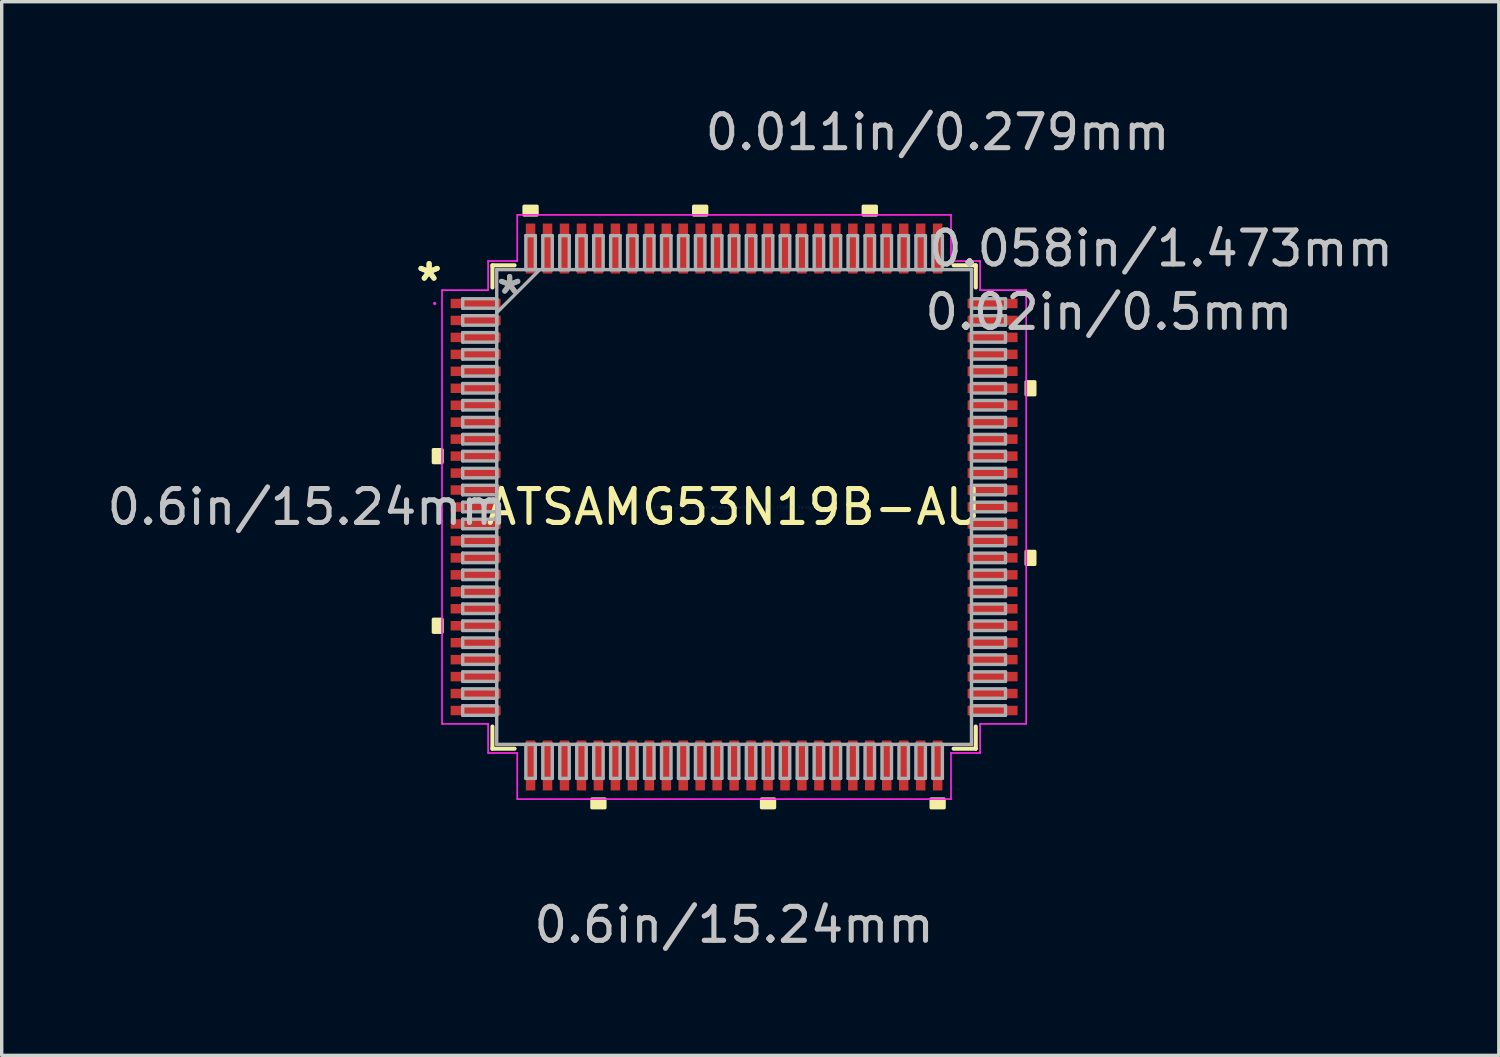
<source format=kicad_pcb>
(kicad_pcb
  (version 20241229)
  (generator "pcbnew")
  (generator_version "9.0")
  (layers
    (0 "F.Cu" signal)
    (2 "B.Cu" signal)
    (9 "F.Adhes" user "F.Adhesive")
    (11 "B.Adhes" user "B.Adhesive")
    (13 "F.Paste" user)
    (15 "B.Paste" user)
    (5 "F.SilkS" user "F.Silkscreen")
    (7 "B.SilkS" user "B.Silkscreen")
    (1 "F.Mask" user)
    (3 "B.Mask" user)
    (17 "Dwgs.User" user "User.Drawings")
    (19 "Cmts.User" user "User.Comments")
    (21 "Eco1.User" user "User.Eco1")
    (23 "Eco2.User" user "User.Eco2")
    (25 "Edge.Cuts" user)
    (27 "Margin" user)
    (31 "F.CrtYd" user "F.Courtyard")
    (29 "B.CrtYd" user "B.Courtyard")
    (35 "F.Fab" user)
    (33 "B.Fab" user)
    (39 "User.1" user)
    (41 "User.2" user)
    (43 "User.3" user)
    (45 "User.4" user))
  (footprint "ATSAMG53N19B-AU"
    (layer "F.Cu")
    (at 18.592 11.897)
    (property "Reference" "ATSAMG53N19B-AU" (at 0 0 0) (layer "F.SilkS") (effects (font (size 1 1) (thickness 0.15))))
    (attr through_hole)
    (fp_line (start -7.125 -7.125) (end -7.125 -6.472) (stroke (width 0.12) (type solid)) (layer "F.SilkS"))
    (fp_line (start -7.125 6.472) (end -7.125 7.125) (stroke (width 0.12) (type solid)) (layer "F.SilkS"))
    (fp_line (start -7.125 7.125) (end -6.472 7.125) (stroke (width 0.12) (type solid)) (layer "F.SilkS"))
    (fp_line (start -6.472 -7.125) (end -7.125 -7.125) (stroke (width 0.12) (type solid)) (layer "F.SilkS"))
    (fp_line (start 6.472 7.125) (end 7.125 7.125) (stroke (width 0.12) (type solid)) (layer "F.SilkS"))
    (fp_line (start 7.125 -7.125) (end 6.472 -7.125) (stroke (width 0.12) (type solid)) (layer "F.SilkS"))
    (fp_line (start 7.125 -6.472) (end 7.125 -7.125) (stroke (width 0.12) (type solid)) (layer "F.SilkS"))
    (fp_line (start 7.125 7.125) (end 7.125 6.472) (stroke (width 0.12) (type solid)) (layer "F.SilkS"))
    (fp_poly (pts (xy -8.865 -1.69) (xy -8.865 -1.31) (xy -8.611 -1.31) (xy -8.611 -1.69)) (stroke (width 0.1) (type solid)) (fill yes) (layer "F.SilkS"))
    (fp_poly (pts (xy -8.865 3.31) (xy -8.865 3.691) (xy -8.611 3.691) (xy -8.611 3.31)) (stroke (width 0.1) (type solid)) (fill yes) (layer "F.SilkS"))
    (fp_poly (pts (xy -6.191 -8.611) (xy -6.191 -8.865) (xy -5.81 -8.865) (xy -5.81 -8.611)) (stroke (width 0.1) (type solid)) (fill yes) (layer "F.SilkS"))
    (fp_poly (pts (xy -4.191 8.611) (xy -4.191 8.865) (xy -3.809 8.865) (xy -3.809 8.611)) (stroke (width 0.1) (type solid)) (fill yes) (layer "F.SilkS"))
    (fp_poly (pts (xy -1.191 -8.611) (xy -1.191 -8.865) (xy -0.81 -8.865) (xy -0.81 -8.611)) (stroke (width 0.1) (type solid)) (fill yes) (layer "F.SilkS"))
    (fp_poly (pts (xy 0.81 8.611) (xy 0.81 8.865) (xy 1.191 8.865) (xy 1.191 8.611)) (stroke (width 0.1) (type solid)) (fill yes) (layer "F.SilkS"))
    (fp_poly (pts (xy 3.809 -8.611) (xy 3.809 -8.865) (xy 4.191 -8.865) (xy 4.191 -8.611)) (stroke (width 0.1) (type solid)) (fill yes) (layer "F.SilkS"))
    (fp_poly (pts (xy 5.81 8.611) (xy 5.81 8.865) (xy 6.191 8.865) (xy 6.191 8.611)) (stroke (width 0.1) (type solid)) (fill yes) (layer "F.SilkS"))
    (fp_poly (pts (xy 8.865 -3.691) (xy 8.865 -3.31) (xy 8.611 -3.31) (xy 8.611 -3.691)) (stroke (width 0.1) (type solid)) (fill yes) (layer "F.SilkS"))
    (fp_poly (pts (xy 8.865 1.31) (xy 8.865 1.69) (xy 8.611 1.69) (xy 8.611 1.31)) (stroke (width 0.1) (type solid)) (fill yes) (layer "F.SilkS"))
    (fp_line (start -8.611 -6.394) (end -7.252 -6.394) (stroke (width 0.05) (type solid)) (layer "F.CrtYd"))
    (fp_line (start -8.611 6.394) (end -8.611 -6.394) (stroke (width 0.05) (type solid)) (layer "F.CrtYd"))
    (fp_line (start -7.252 -7.252) (end -6.394 -7.252) (stroke (width 0.05) (type solid)) (layer "F.CrtYd"))
    (fp_line (start -7.252 -6.394) (end -7.252 -7.252) (stroke (width 0.05) (type solid)) (layer "F.CrtYd"))
    (fp_line (start -7.252 6.394) (end -8.611 6.394) (stroke (width 0.05) (type solid)) (layer "F.CrtYd"))
    (fp_line (start -7.252 7.252) (end -7.252 6.394) (stroke (width 0.05) (type solid)) (layer "F.CrtYd"))
    (fp_line (start -6.394 -8.611) (end 6.394 -8.611) (stroke (width 0.05) (type solid)) (layer "F.CrtYd"))
    (fp_line (start -6.394 -7.252) (end -6.394 -8.611) (stroke (width 0.05) (type solid)) (layer "F.CrtYd"))
    (fp_line (start -6.394 7.252) (end -7.252 7.252) (stroke (width 0.05) (type solid)) (layer "F.CrtYd"))
    (fp_line (start -6.394 8.611) (end -6.394 7.252) (stroke (width 0.05) (type solid)) (layer "F.CrtYd"))
    (fp_line (start 6.394 -8.611) (end 6.394 -7.252) (stroke (width 0.05) (type solid)) (layer "F.CrtYd"))
    (fp_line (start 6.394 -7.252) (end 7.252 -7.252) (stroke (width 0.05) (type solid)) (layer "F.CrtYd"))
    (fp_line (start 6.394 7.252) (end 6.394 8.611) (stroke (width 0.05) (type solid)) (layer "F.CrtYd"))
    (fp_line (start 6.394 8.611) (end -6.394 8.611) (stroke (width 0.05) (type solid)) (layer "F.CrtYd"))
    (fp_line (start 7.252 -7.252) (end 7.252 -6.394) (stroke (width 0.05) (type solid)) (layer "F.CrtYd"))
    (fp_line (start 7.252 -6.394) (end 8.611 -6.394) (stroke (width 0.05) (type solid)) (layer "F.CrtYd"))
    (fp_line (start 7.252 6.394) (end 7.252 7.252) (stroke (width 0.05) (type solid)) (layer "F.CrtYd"))
    (fp_line (start 7.252 7.252) (end 6.394 7.252) (stroke (width 0.05) (type solid)) (layer "F.CrtYd"))
    (fp_line (start 8.611 -6.394) (end 8.611 6.394) (stroke (width 0.05) (type solid)) (layer "F.CrtYd"))
    (fp_line (start 8.611 6.394) (end 7.252 6.394) (stroke (width 0.05) (type solid)) (layer "F.CrtYd"))
    (fp_circle (center -8.826 -6) (end -8.826 -6) (stroke (width 0.05) (type solid)) (fill no) (layer "F.CrtYd"))
    (fp_line (start -8.001 -6.14) (end -8.001 -5.86) (stroke (width 0.1) (type solid)) (layer "F.Fab"))
    (fp_line (start -8.001 -5.86) (end -6.998 -5.86) (stroke (width 0.1) (type solid)) (layer "F.Fab"))
    (fp_line (start -8.001 -5.64) (end -8.001 -5.36) (stroke (width 0.1) (type solid)) (layer "F.Fab"))
    (fp_line (start -8.001 -5.36) (end -6.998 -5.36) (stroke (width 0.1) (type solid)) (layer "F.Fab"))
    (fp_line (start -8.001 -5.14) (end -8.001 -4.86) (stroke (width 0.1) (type solid)) (layer "F.Fab"))
    (fp_line (start -8.001 -4.86) (end -6.998 -4.86) (stroke (width 0.1) (type solid)) (layer "F.Fab"))
    (fp_line (start -8.001 -4.64) (end -8.001 -4.36) (stroke (width 0.1) (type solid)) (layer "F.Fab"))
    (fp_line (start -8.001 -4.36) (end -6.998 -4.36) (stroke (width 0.1) (type solid)) (layer "F.Fab"))
    (fp_line (start -8.001 -4.14) (end -8.001 -3.86) (stroke (width 0.1) (type solid)) (layer "F.Fab"))
    (fp_line (start -8.001 -3.86) (end -6.998 -3.86) (stroke (width 0.1) (type solid)) (layer "F.Fab"))
    (fp_line (start -8.001 -3.64) (end -8.001 -3.36) (stroke (width 0.1) (type solid)) (layer "F.Fab"))
    (fp_line (start -8.001 -3.36) (end -6.998 -3.36) (stroke (width 0.1) (type solid)) (layer "F.Fab"))
    (fp_line (start -8.001 -3.14) (end -8.001 -2.86) (stroke (width 0.1) (type solid)) (layer "F.Fab"))
    (fp_line (start -8.001 -2.86) (end -6.998 -2.86) (stroke (width 0.1) (type solid)) (layer "F.Fab"))
    (fp_line (start -8.001 -2.64) (end -8.001 -2.36) (stroke (width 0.1) (type solid)) (layer "F.Fab"))
    (fp_line (start -8.001 -2.36) (end -6.998 -2.36) (stroke (width 0.1) (type solid)) (layer "F.Fab"))
    (fp_line (start -8.001 -2.14) (end -8.001 -1.86) (stroke (width 0.1) (type solid)) (layer "F.Fab"))
    (fp_line (start -8.001 -1.86) (end -6.998 -1.86) (stroke (width 0.1) (type solid)) (layer "F.Fab"))
    (fp_line (start -8.001 -1.64) (end -8.001 -1.36) (stroke (width 0.1) (type solid)) (layer "F.Fab"))
    (fp_line (start -8.001 -1.36) (end -6.998 -1.36) (stroke (width 0.1) (type solid)) (layer "F.Fab"))
    (fp_line (start -8.001 -1.14) (end -8.001 -0.86) (stroke (width 0.1) (type solid)) (layer "F.Fab"))
    (fp_line (start -8.001 -0.86) (end -6.998 -0.86) (stroke (width 0.1) (type solid)) (layer "F.Fab"))
    (fp_line (start -8.001 -0.64) (end -8.001 -0.36) (stroke (width 0.1) (type solid)) (layer "F.Fab"))
    (fp_line (start -8.001 -0.36) (end -6.998 -0.36) (stroke (width 0.1) (type solid)) (layer "F.Fab"))
    (fp_line (start -8.001 -0.14) (end -8.001 0.14) (stroke (width 0.1) (type solid)) (layer "F.Fab"))
    (fp_line (start -8.001 0.14) (end -6.998 0.14) (stroke (width 0.1) (type solid)) (layer "F.Fab"))
    (fp_line (start -8.001 0.36) (end -8.001 0.64) (stroke (width 0.1) (type solid)) (layer "F.Fab"))
    (fp_line (start -8.001 0.64) (end -6.998 0.64) (stroke (width 0.1) (type solid)) (layer "F.Fab"))
    (fp_line (start -8.001 0.86) (end -8.001 1.14) (stroke (width 0.1) (type solid)) (layer "F.Fab"))
    (fp_line (start -8.001 1.14) (end -6.998 1.14) (stroke (width 0.1) (type solid)) (layer "F.Fab"))
    (fp_line (start -8.001 1.36) (end -8.001 1.64) (stroke (width 0.1) (type solid)) (layer "F.Fab"))
    (fp_line (start -8.001 1.64) (end -6.998 1.64) (stroke (width 0.1) (type solid)) (layer "F.Fab"))
    (fp_line (start -8.001 1.86) (end -8.001 2.14) (stroke (width 0.1) (type solid)) (layer "F.Fab"))
    (fp_line (start -8.001 2.14) (end -6.998 2.14) (stroke (width 0.1) (type solid)) (layer "F.Fab"))
    (fp_line (start -8.001 2.36) (end -8.001 2.64) (stroke (width 0.1) (type solid)) (layer "F.Fab"))
    (fp_line (start -8.001 2.64) (end -6.998 2.64) (stroke (width 0.1) (type solid)) (layer "F.Fab"))
    (fp_line (start -8.001 2.86) (end -8.001 3.14) (stroke (width 0.1) (type solid)) (layer "F.Fab"))
    (fp_line (start -8.001 3.14) (end -6.998 3.14) (stroke (width 0.1) (type solid)) (layer "F.Fab"))
    (fp_line (start -8.001 3.36) (end -8.001 3.64) (stroke (width 0.1) (type solid)) (layer "F.Fab"))
    (fp_line (start -8.001 3.64) (end -6.998 3.64) (stroke (width 0.1) (type solid)) (layer "F.Fab"))
    (fp_line (start -8.001 3.86) (end -8.001 4.14) (stroke (width 0.1) (type solid)) (layer "F.Fab"))
    (fp_line (start -8.001 4.14) (end -6.998 4.14) (stroke (width 0.1) (type solid)) (layer "F.Fab"))
    (fp_line (start -8.001 4.36) (end -8.001 4.64) (stroke (width 0.1) (type solid)) (layer "F.Fab"))
    (fp_line (start -8.001 4.64) (end -6.998 4.64) (stroke (width 0.1) (type solid)) (layer "F.Fab"))
    (fp_line (start -8.001 4.86) (end -8.001 5.14) (stroke (width 0.1) (type solid)) (layer "F.Fab"))
    (fp_line (start -8.001 5.14) (end -6.998 5.14) (stroke (width 0.1) (type solid)) (layer "F.Fab"))
    (fp_line (start -8.001 5.36) (end -8.001 5.64) (stroke (width 0.1) (type solid)) (layer "F.Fab"))
    (fp_line (start -8.001 5.64) (end -6.998 5.64) (stroke (width 0.1) (type solid)) (layer "F.Fab"))
    (fp_line (start -8.001 5.86) (end -8.001 6.14) (stroke (width 0.1) (type solid)) (layer "F.Fab"))
    (fp_line (start -8.001 6.14) (end -6.998 6.14) (stroke (width 0.1) (type solid)) (layer "F.Fab"))
    (fp_line (start -6.998 -6.998) (end -6.998 -6.998) (stroke (width 0.1) (type solid)) (layer "F.Fab"))
    (fp_line (start -6.998 -6.998) (end -6.998 6.998) (stroke (width 0.1) (type solid)) (layer "F.Fab"))
    (fp_line (start -6.998 -6.14) (end -8.001 -6.14) (stroke (width 0.1) (type solid)) (layer "F.Fab"))
    (fp_line (start -6.998 -5.86) (end -6.998 -6.14) (stroke (width 0.1) (type solid)) (layer "F.Fab"))
    (fp_line (start -6.998 -5.728) (end -5.728 -6.998) (stroke (width 0.1) (type solid)) (layer "F.Fab"))
    (fp_line (start -6.998 -5.64) (end -8.001 -5.64) (stroke (width 0.1) (type solid)) (layer "F.Fab"))
    (fp_line (start -6.998 -5.36) (end -6.998 -5.64) (stroke (width 0.1) (type solid)) (layer "F.Fab"))
    (fp_line (start -6.998 -5.14) (end -8.001 -5.14) (stroke (width 0.1) (type solid)) (layer "F.Fab"))
    (fp_line (start -6.998 -4.86) (end -6.998 -5.14) (stroke (width 0.1) (type solid)) (layer "F.Fab"))
    (fp_line (start -6.998 -4.64) (end -8.001 -4.64) (stroke (width 0.1) (type solid)) (layer "F.Fab"))
    (fp_line (start -6.998 -4.36) (end -6.998 -4.64) (stroke (width 0.1) (type solid)) (layer "F.Fab"))
    (fp_line (start -6.998 -4.14) (end -8.001 -4.14) (stroke (width 0.1) (type solid)) (layer "F.Fab"))
    (fp_line (start -6.998 -3.86) (end -6.998 -4.14) (stroke (width 0.1) (type solid)) (layer "F.Fab"))
    (fp_line (start -6.998 -3.64) (end -8.001 -3.64) (stroke (width 0.1) (type solid)) (layer "F.Fab"))
    (fp_line (start -6.998 -3.36) (end -6.998 -3.64) (stroke (width 0.1) (type solid)) (layer "F.Fab"))
    (fp_line (start -6.998 -3.14) (end -8.001 -3.14) (stroke (width 0.1) (type solid)) (layer "F.Fab"))
    (fp_line (start -6.998 -2.86) (end -6.998 -3.14) (stroke (width 0.1) (type solid)) (layer "F.Fab"))
    (fp_line (start -6.998 -2.64) (end -8.001 -2.64) (stroke (width 0.1) (type solid)) (layer "F.Fab"))
    (fp_line (start -6.998 -2.36) (end -6.998 -2.64) (stroke (width 0.1) (type solid)) (layer "F.Fab"))
    (fp_line (start -6.998 -2.14) (end -8.001 -2.14) (stroke (width 0.1) (type solid)) (layer "F.Fab"))
    (fp_line (start -6.998 -1.86) (end -6.998 -2.14) (stroke (width 0.1) (type solid)) (layer "F.Fab"))
    (fp_line (start -6.998 -1.64) (end -8.001 -1.64) (stroke (width 0.1) (type solid)) (layer "F.Fab"))
    (fp_line (start -6.998 -1.36) (end -6.998 -1.64) (stroke (width 0.1) (type solid)) (layer "F.Fab"))
    (fp_line (start -6.998 -1.14) (end -8.001 -1.14) (stroke (width 0.1) (type solid)) (layer "F.Fab"))
    (fp_line (start -6.998 -0.86) (end -6.998 -1.14) (stroke (width 0.1) (type solid)) (layer "F.Fab"))
    (fp_line (start -6.998 -0.64) (end -8.001 -0.64) (stroke (width 0.1) (type solid)) (layer "F.Fab"))
    (fp_line (start -6.998 -0.36) (end -6.998 -0.64) (stroke (width 0.1) (type solid)) (layer "F.Fab"))
    (fp_line (start -6.998 -0.14) (end -8.001 -0.14) (stroke (width 0.1) (type solid)) (layer "F.Fab"))
    (fp_line (start -6.998 0.14) (end -6.998 -0.14) (stroke (width 0.1) (type solid)) (layer "F.Fab"))
    (fp_line (start -6.998 0.36) (end -8.001 0.36) (stroke (width 0.1) (type solid)) (layer "F.Fab"))
    (fp_line (start -6.998 0.64) (end -6.998 0.36) (stroke (width 0.1) (type solid)) (layer "F.Fab"))
    (fp_line (start -6.998 0.86) (end -8.001 0.86) (stroke (width 0.1) (type solid)) (layer "F.Fab"))
    (fp_line (start -6.998 1.14) (end -6.998 0.86) (stroke (width 0.1) (type solid)) (layer "F.Fab"))
    (fp_line (start -6.998 1.36) (end -8.001 1.36) (stroke (width 0.1) (type solid)) (layer "F.Fab"))
    (fp_line (start -6.998 1.64) (end -6.998 1.36) (stroke (width 0.1) (type solid)) (layer "F.Fab"))
    (fp_line (start -6.998 1.86) (end -8.001 1.86) (stroke (width 0.1) (type solid)) (layer "F.Fab"))
    (fp_line (start -6.998 2.14) (end -6.998 1.86) (stroke (width 0.1) (type solid)) (layer "F.Fab"))
    (fp_line (start -6.998 2.36) (end -8.001 2.36) (stroke (width 0.1) (type solid)) (layer "F.Fab"))
    (fp_line (start -6.998 2.64) (end -6.998 2.36) (stroke (width 0.1) (type solid)) (layer "F.Fab"))
    (fp_line (start -6.998 2.86) (end -8.001 2.86) (stroke (width 0.1) (type solid)) (layer "F.Fab"))
    (fp_line (start -6.998 3.14) (end -6.998 2.86) (stroke (width 0.1) (type solid)) (layer "F.Fab"))
    (fp_line (start -6.998 3.36) (end -8.001 3.36) (stroke (width 0.1) (type solid)) (layer "F.Fab"))
    (fp_line (start -6.998 3.64) (end -6.998 3.36) (stroke (width 0.1) (type solid)) (layer "F.Fab"))
    (fp_line (start -6.998 3.86) (end -8.001 3.86) (stroke (width 0.1) (type solid)) (layer "F.Fab"))
    (fp_line (start -6.998 4.14) (end -6.998 3.86) (stroke (width 0.1) (type solid)) (layer "F.Fab"))
    (fp_line (start -6.998 4.36) (end -8.001 4.36) (stroke (width 0.1) (type solid)) (layer "F.Fab"))
    (fp_line (start -6.998 4.64) (end -6.998 4.36) (stroke (width 0.1) (type solid)) (layer "F.Fab"))
    (fp_line (start -6.998 4.86) (end -8.001 4.86) (stroke (width 0.1) (type solid)) (layer "F.Fab"))
    (fp_line (start -6.998 5.14) (end -6.998 4.86) (stroke (width 0.1) (type solid)) (layer "F.Fab"))
    (fp_line (start -6.998 5.36) (end -8.001 5.36) (stroke (width 0.1) (type solid)) (layer "F.Fab"))
    (fp_line (start -6.998 5.64) (end -6.998 5.36) (stroke (width 0.1) (type solid)) (layer "F.Fab"))
    (fp_line (start -6.998 5.86) (end -8.001 5.86) (stroke (width 0.1) (type solid)) (layer "F.Fab"))
    (fp_line (start -6.998 6.14) (end -6.998 5.86) (stroke (width 0.1) (type solid)) (layer "F.Fab"))
    (fp_line (start -6.998 6.998) (end -6.998 6.998) (stroke (width 0.1) (type solid)) (layer "F.Fab"))
    (fp_line (start -6.998 6.998) (end 6.998 6.998) (stroke (width 0.1) (type solid)) (layer "F.Fab"))
    (fp_line (start -6.14 -8.001) (end -6.14 -6.998) (stroke (width 0.1) (type solid)) (layer "F.Fab"))
    (fp_line (start -6.14 -6.998) (end -5.86 -6.998) (stroke (width 0.1) (type solid)) (layer "F.Fab"))
    (fp_line (start -6.14 6.998) (end -6.14 8.001) (stroke (width 0.1) (type solid)) (layer "F.Fab"))
    (fp_line (start -6.14 8.001) (end -5.86 8.001) (stroke (width 0.1) (type solid)) (layer "F.Fab"))
    (fp_line (start -5.86 -8.001) (end -6.14 -8.001) (stroke (width 0.1) (type solid)) (layer "F.Fab"))
    (fp_line (start -5.86 -6.998) (end -5.86 -8.001) (stroke (width 0.1) (type solid)) (layer "F.Fab"))
    (fp_line (start -5.86 6.998) (end -6.14 6.998) (stroke (width 0.1) (type solid)) (layer "F.Fab"))
    (fp_line (start -5.86 8.001) (end -5.86 6.998) (stroke (width 0.1) (type solid)) (layer "F.Fab"))
    (fp_line (start -5.64 -8.001) (end -5.64 -6.998) (stroke (width 0.1) (type solid)) (layer "F.Fab"))
    (fp_line (start -5.64 -6.998) (end -5.36 -6.998) (stroke (width 0.1) (type solid)) (layer "F.Fab"))
    (fp_line (start -5.64 6.998) (end -5.64 8.001) (stroke (width 0.1) (type solid)) (layer "F.Fab"))
    (fp_line (start -5.64 8.001) (end -5.36 8.001) (stroke (width 0.1) (type solid)) (layer "F.Fab"))
    (fp_line (start -5.36 -8.001) (end -5.64 -8.001) (stroke (width 0.1) (type solid)) (layer "F.Fab"))
    (fp_line (start -5.36 -6.998) (end -5.36 -8.001) (stroke (width 0.1) (type solid)) (layer "F.Fab"))
    (fp_line (start -5.36 6.998) (end -5.64 6.998) (stroke (width 0.1) (type solid)) (layer "F.Fab"))
    (fp_line (start -5.36 8.001) (end -5.36 6.998) (stroke (width 0.1) (type solid)) (layer "F.Fab"))
    (fp_line (start -5.14 -8.001) (end -5.14 -6.998) (stroke (width 0.1) (type solid)) (layer "F.Fab"))
    (fp_line (start -5.14 -6.998) (end -4.86 -6.998) (stroke (width 0.1) (type solid)) (layer "F.Fab"))
    (fp_line (start -5.14 6.998) (end -5.14 8.001) (stroke (width 0.1) (type solid)) (layer "F.Fab"))
    (fp_line (start -5.14 8.001) (end -4.86 8.001) (stroke (width 0.1) (type solid)) (layer "F.Fab"))
    (fp_line (start -4.86 -8.001) (end -5.14 -8.001) (stroke (width 0.1) (type solid)) (layer "F.Fab"))
    (fp_line (start -4.86 -6.998) (end -4.86 -8.001) (stroke (width 0.1) (type solid)) (layer "F.Fab"))
    (fp_line (start -4.86 6.998) (end -5.14 6.998) (stroke (width 0.1) (type solid)) (layer "F.Fab"))
    (fp_line (start -4.86 8.001) (end -4.86 6.998) (stroke (width 0.1) (type solid)) (layer "F.Fab"))
    (fp_line (start -4.64 -8.001) (end -4.64 -6.998) (stroke (width 0.1) (type solid)) (layer "F.Fab"))
    (fp_line (start -4.64 -6.998) (end -4.36 -6.998) (stroke (width 0.1) (type solid)) (layer "F.Fab"))
    (fp_line (start -4.64 6.998) (end -4.64 8.001) (stroke (width 0.1) (type solid)) (layer "F.Fab"))
    (fp_line (start -4.64 8.001) (end -4.36 8.001) (stroke (width 0.1) (type solid)) (layer "F.Fab"))
    (fp_line (start -4.36 -8.001) (end -4.64 -8.001) (stroke (width 0.1) (type solid)) (layer "F.Fab"))
    (fp_line (start -4.36 -6.998) (end -4.36 -8.001) (stroke (width 0.1) (type solid)) (layer "F.Fab"))
    (fp_line (start -4.36 6.998) (end -4.64 6.998) (stroke (width 0.1) (type solid)) (layer "F.Fab"))
    (fp_line (start -4.36 8.001) (end -4.36 6.998) (stroke (width 0.1) (type solid)) (layer "F.Fab"))
    (fp_line (start -4.14 -8.001) (end -4.14 -6.998) (stroke (width 0.1) (type solid)) (layer "F.Fab"))
    (fp_line (start -4.14 -6.998) (end -3.86 -6.998) (stroke (width 0.1) (type solid)) (layer "F.Fab"))
    (fp_line (start -4.14 6.998) (end -4.14 8.001) (stroke (width 0.1) (type solid)) (layer "F.Fab"))
    (fp_line (start -4.14 8.001) (end -3.86 8.001) (stroke (width 0.1) (type solid)) (layer "F.Fab"))
    (fp_line (start -3.86 -8.001) (end -4.14 -8.001) (stroke (width 0.1) (type solid)) (layer "F.Fab"))
    (fp_line (start -3.86 -6.998) (end -3.86 -8.001) (stroke (width 0.1) (type solid)) (layer "F.Fab"))
    (fp_line (start -3.86 6.998) (end -4.14 6.998) (stroke (width 0.1) (type solid)) (layer "F.Fab"))
    (fp_line (start -3.86 8.001) (end -3.86 6.998) (stroke (width 0.1) (type solid)) (layer "F.Fab"))
    (fp_line (start -3.64 -8.001) (end -3.64 -6.998) (stroke (width 0.1) (type solid)) (layer "F.Fab"))
    (fp_line (start -3.64 -6.998) (end -3.36 -6.998) (stroke (width 0.1) (type solid)) (layer "F.Fab"))
    (fp_line (start -3.64 6.998) (end -3.64 8.001) (stroke (width 0.1) (type solid)) (layer "F.Fab"))
    (fp_line (start -3.64 8.001) (end -3.36 8.001) (stroke (width 0.1) (type solid)) (layer "F.Fab"))
    (fp_line (start -3.36 -8.001) (end -3.64 -8.001) (stroke (width 0.1) (type solid)) (layer "F.Fab"))
    (fp_line (start -3.36 -6.998) (end -3.36 -8.001) (stroke (width 0.1) (type solid)) (layer "F.Fab"))
    (fp_line (start -3.36 6.998) (end -3.64 6.998) (stroke (width 0.1) (type solid)) (layer "F.Fab"))
    (fp_line (start -3.36 8.001) (end -3.36 6.998) (stroke (width 0.1) (type solid)) (layer "F.Fab"))
    (fp_line (start -3.14 -8.001) (end -3.14 -6.998) (stroke (width 0.1) (type solid)) (layer "F.Fab"))
    (fp_line (start -3.14 -6.998) (end -2.86 -6.998) (stroke (width 0.1) (type solid)) (layer "F.Fab"))
    (fp_line (start -3.14 6.998) (end -3.14 8.001) (stroke (width 0.1) (type solid)) (layer "F.Fab"))
    (fp_line (start -3.14 8.001) (end -2.86 8.001) (stroke (width 0.1) (type solid)) (layer "F.Fab"))
    (fp_line (start -2.86 -8.001) (end -3.14 -8.001) (stroke (width 0.1) (type solid)) (layer "F.Fab"))
    (fp_line (start -2.86 -6.998) (end -2.86 -8.001) (stroke (width 0.1) (type solid)) (layer "F.Fab"))
    (fp_line (start -2.86 6.998) (end -3.14 6.998) (stroke (width 0.1) (type solid)) (layer "F.Fab"))
    (fp_line (start -2.86 8.001) (end -2.86 6.998) (stroke (width 0.1) (type solid)) (layer "F.Fab"))
    (fp_line (start -2.64 -8.001) (end -2.64 -6.998) (stroke (width 0.1) (type solid)) (layer "F.Fab"))
    (fp_line (start -2.64 -6.998) (end -2.36 -6.998) (stroke (width 0.1) (type solid)) (layer "F.Fab"))
    (fp_line (start -2.64 6.998) (end -2.64 8.001) (stroke (width 0.1) (type solid)) (layer "F.Fab"))
    (fp_line (start -2.64 8.001) (end -2.36 8.001) (stroke (width 0.1) (type solid)) (layer "F.Fab"))
    (fp_line (start -2.36 -8.001) (end -2.64 -8.001) (stroke (width 0.1) (type solid)) (layer "F.Fab"))
    (fp_line (start -2.36 -6.998) (end -2.36 -8.001) (stroke (width 0.1) (type solid)) (layer "F.Fab"))
    (fp_line (start -2.36 6.998) (end -2.64 6.998) (stroke (width 0.1) (type solid)) (layer "F.Fab"))
    (fp_line (start -2.36 8.001) (end -2.36 6.998) (stroke (width 0.1) (type solid)) (layer "F.Fab"))
    (fp_line (start -2.14 -8.001) (end -2.14 -6.998) (stroke (width 0.1) (type solid)) (layer "F.Fab"))
    (fp_line (start -2.14 -6.998) (end -1.86 -6.998) (stroke (width 0.1) (type solid)) (layer "F.Fab"))
    (fp_line (start -2.14 6.998) (end -2.14 8.001) (stroke (width 0.1) (type solid)) (layer "F.Fab"))
    (fp_line (start -2.14 8.001) (end -1.86 8.001) (stroke (width 0.1) (type solid)) (layer "F.Fab"))
    (fp_line (start -1.86 -8.001) (end -2.14 -8.001) (stroke (width 0.1) (type solid)) (layer "F.Fab"))
    (fp_line (start -1.86 -6.998) (end -1.86 -8.001) (stroke (width 0.1) (type solid)) (layer "F.Fab"))
    (fp_line (start -1.86 6.998) (end -2.14 6.998) (stroke (width 0.1) (type solid)) (layer "F.Fab"))
    (fp_line (start -1.86 8.001) (end -1.86 6.998) (stroke (width 0.1) (type solid)) (layer "F.Fab"))
    (fp_line (start -1.64 -8.001) (end -1.64 -6.998) (stroke (width 0.1) (type solid)) (layer "F.Fab"))
    (fp_line (start -1.64 -6.998) (end -1.36 -6.998) (stroke (width 0.1) (type solid)) (layer "F.Fab"))
    (fp_line (start -1.64 6.998) (end -1.64 8.001) (stroke (width 0.1) (type solid)) (layer "F.Fab"))
    (fp_line (start -1.64 8.001) (end -1.36 8.001) (stroke (width 0.1) (type solid)) (layer "F.Fab"))
    (fp_line (start -1.36 -8.001) (end -1.64 -8.001) (stroke (width 0.1) (type solid)) (layer "F.Fab"))
    (fp_line (start -1.36 -6.998) (end -1.36 -8.001) (stroke (width 0.1) (type solid)) (layer "F.Fab"))
    (fp_line (start -1.36 6.998) (end -1.64 6.998) (stroke (width 0.1) (type solid)) (layer "F.Fab"))
    (fp_line (start -1.36 8.001) (end -1.36 6.998) (stroke (width 0.1) (type solid)) (layer "F.Fab"))
    (fp_line (start -1.14 -8.001) (end -1.14 -6.998) (stroke (width 0.1) (type solid)) (layer "F.Fab"))
    (fp_line (start -1.14 -6.998) (end -0.86 -6.998) (stroke (width 0.1) (type solid)) (layer "F.Fab"))
    (fp_line (start -1.14 6.998) (end -1.14 8.001) (stroke (width 0.1) (type solid)) (layer "F.Fab"))
    (fp_line (start -1.14 8.001) (end -0.86 8.001) (stroke (width 0.1) (type solid)) (layer "F.Fab"))
    (fp_line (start -0.86 -8.001) (end -1.14 -8.001) (stroke (width 0.1) (type solid)) (layer "F.Fab"))
    (fp_line (start -0.86 -6.998) (end -0.86 -8.001) (stroke (width 0.1) (type solid)) (layer "F.Fab"))
    (fp_line (start -0.86 6.998) (end -1.14 6.998) (stroke (width 0.1) (type solid)) (layer "F.Fab"))
    (fp_line (start -0.86 8.001) (end -0.86 6.998) (stroke (width 0.1) (type solid)) (layer "F.Fab"))
    (fp_line (start -0.64 -8.001) (end -0.64 -6.998) (stroke (width 0.1) (type solid)) (layer "F.Fab"))
    (fp_line (start -0.64 -6.998) (end -0.36 -6.998) (stroke (width 0.1) (type solid)) (layer "F.Fab"))
    (fp_line (start -0.64 6.998) (end -0.64 8.001) (stroke (width 0.1) (type solid)) (layer "F.Fab"))
    (fp_line (start -0.64 8.001) (end -0.36 8.001) (stroke (width 0.1) (type solid)) (layer "F.Fab"))
    (fp_line (start -0.36 -8.001) (end -0.64 -8.001) (stroke (width 0.1) (type solid)) (layer "F.Fab"))
    (fp_line (start -0.36 -6.998) (end -0.36 -8.001) (stroke (width 0.1) (type solid)) (layer "F.Fab"))
    (fp_line (start -0.36 6.998) (end -0.64 6.998) (stroke (width 0.1) (type solid)) (layer "F.Fab"))
    (fp_line (start -0.36 8.001) (end -0.36 6.998) (stroke (width 0.1) (type solid)) (layer "F.Fab"))
    (fp_line (start -0.14 -8.001) (end -0.14 -6.998) (stroke (width 0.1) (type solid)) (layer "F.Fab"))
    (fp_line (start -0.14 -6.998) (end 0.14 -6.998) (stroke (width 0.1) (type solid)) (layer "F.Fab"))
    (fp_line (start -0.14 6.998) (end -0.14 8.001) (stroke (width 0.1) (type solid)) (layer "F.Fab"))
    (fp_line (start -0.14 8.001) (end 0.14 8.001) (stroke (width 0.1) (type solid)) (layer "F.Fab"))
    (fp_line (start 0.14 -8.001) (end -0.14 -8.001) (stroke (width 0.1) (type solid)) (layer "F.Fab"))
    (fp_line (start 0.14 -6.998) (end 0.14 -8.001) (stroke (width 0.1) (type solid)) (layer "F.Fab"))
    (fp_line (start 0.14 6.998) (end -0.14 6.998) (stroke (width 0.1) (type solid)) (layer "F.Fab"))
    (fp_line (start 0.14 8.001) (end 0.14 6.998) (stroke (width 0.1) (type solid)) (layer "F.Fab"))
    (fp_line (start 0.36 -8.001) (end 0.36 -6.998) (stroke (width 0.1) (type solid)) (layer "F.Fab"))
    (fp_line (start 0.36 -6.998) (end 0.64 -6.998) (stroke (width 0.1) (type solid)) (layer "F.Fab"))
    (fp_line (start 0.36 6.998) (end 0.36 8.001) (stroke (width 0.1) (type solid)) (layer "F.Fab"))
    (fp_line (start 0.36 8.001) (end 0.64 8.001) (stroke (width 0.1) (type solid)) (layer "F.Fab"))
    (fp_line (start 0.64 -8.001) (end 0.36 -8.001) (stroke (width 0.1) (type solid)) (layer "F.Fab"))
    (fp_line (start 0.64 -6.998) (end 0.64 -8.001) (stroke (width 0.1) (type solid)) (layer "F.Fab"))
    (fp_line (start 0.64 6.998) (end 0.36 6.998) (stroke (width 0.1) (type solid)) (layer "F.Fab"))
    (fp_line (start 0.64 8.001) (end 0.64 6.998) (stroke (width 0.1) (type solid)) (layer "F.Fab"))
    (fp_line (start 0.86 -8.001) (end 0.86 -6.998) (stroke (width 0.1) (type solid)) (layer "F.Fab"))
    (fp_line (start 0.86 -6.998) (end 1.14 -6.998) (stroke (width 0.1) (type solid)) (layer "F.Fab"))
    (fp_line (start 0.86 6.998) (end 0.86 8.001) (stroke (width 0.1) (type solid)) (layer "F.Fab"))
    (fp_line (start 0.86 8.001) (end 1.14 8.001) (stroke (width 0.1) (type solid)) (layer "F.Fab"))
    (fp_line (start 1.14 -8.001) (end 0.86 -8.001) (stroke (width 0.1) (type solid)) (layer "F.Fab"))
    (fp_line (start 1.14 -6.998) (end 1.14 -8.001) (stroke (width 0.1) (type solid)) (layer "F.Fab"))
    (fp_line (start 1.14 6.998) (end 0.86 6.998) (stroke (width 0.1) (type solid)) (layer "F.Fab"))
    (fp_line (start 1.14 8.001) (end 1.14 6.998) (stroke (width 0.1) (type solid)) (layer "F.Fab"))
    (fp_line (start 1.36 -8.001) (end 1.36 -6.998) (stroke (width 0.1) (type solid)) (layer "F.Fab"))
    (fp_line (start 1.36 -6.998) (end 1.64 -6.998) (stroke (width 0.1) (type solid)) (layer "F.Fab"))
    (fp_line (start 1.36 6.998) (end 1.36 8.001) (stroke (width 0.1) (type solid)) (layer "F.Fab"))
    (fp_line (start 1.36 8.001) (end 1.64 8.001) (stroke (width 0.1) (type solid)) (layer "F.Fab"))
    (fp_line (start 1.64 -8.001) (end 1.36 -8.001) (stroke (width 0.1) (type solid)) (layer "F.Fab"))
    (fp_line (start 1.64 -6.998) (end 1.64 -8.001) (stroke (width 0.1) (type solid)) (layer "F.Fab"))
    (fp_line (start 1.64 6.998) (end 1.36 6.998) (stroke (width 0.1) (type solid)) (layer "F.Fab"))
    (fp_line (start 1.64 8.001) (end 1.64 6.998) (stroke (width 0.1) (type solid)) (layer "F.Fab"))
    (fp_line (start 1.86 -8.001) (end 1.86 -6.998) (stroke (width 0.1) (type solid)) (layer "F.Fab"))
    (fp_line (start 1.86 -6.998) (end 2.14 -6.998) (stroke (width 0.1) (type solid)) (layer "F.Fab"))
    (fp_line (start 1.86 6.998) (end 1.86 8.001) (stroke (width 0.1) (type solid)) (layer "F.Fab"))
    (fp_line (start 1.86 8.001) (end 2.14 8.001) (stroke (width 0.1) (type solid)) (layer "F.Fab"))
    (fp_line (start 2.14 -8.001) (end 1.86 -8.001) (stroke (width 0.1) (type solid)) (layer "F.Fab"))
    (fp_line (start 2.14 -6.998) (end 2.14 -8.001) (stroke (width 0.1) (type solid)) (layer "F.Fab"))
    (fp_line (start 2.14 6.998) (end 1.86 6.998) (stroke (width 0.1) (type solid)) (layer "F.Fab"))
    (fp_line (start 2.14 8.001) (end 2.14 6.998) (stroke (width 0.1) (type solid)) (layer "F.Fab"))
    (fp_line (start 2.36 -8.001) (end 2.36 -6.998) (stroke (width 0.1) (type solid)) (layer "F.Fab"))
    (fp_line (start 2.36 -6.998) (end 2.64 -6.998) (stroke (width 0.1) (type solid)) (layer "F.Fab"))
    (fp_line (start 2.36 6.998) (end 2.36 8.001) (stroke (width 0.1) (type solid)) (layer "F.Fab"))
    (fp_line (start 2.36 8.001) (end 2.64 8.001) (stroke (width 0.1) (type solid)) (layer "F.Fab"))
    (fp_line (start 2.64 -8.001) (end 2.36 -8.001) (stroke (width 0.1) (type solid)) (layer "F.Fab"))
    (fp_line (start 2.64 -6.998) (end 2.64 -8.001) (stroke (width 0.1) (type solid)) (layer "F.Fab"))
    (fp_line (start 2.64 6.998) (end 2.36 6.998) (stroke (width 0.1) (type solid)) (layer "F.Fab"))
    (fp_line (start 2.64 8.001) (end 2.64 6.998) (stroke (width 0.1) (type solid)) (layer "F.Fab"))
    (fp_line (start 2.86 -8.001) (end 2.86 -6.998) (stroke (width 0.1) (type solid)) (layer "F.Fab"))
    (fp_line (start 2.86 -6.998) (end 3.14 -6.998) (stroke (width 0.1) (type solid)) (layer "F.Fab"))
    (fp_line (start 2.86 6.998) (end 2.86 8.001) (stroke (width 0.1) (type solid)) (layer "F.Fab"))
    (fp_line (start 2.86 8.001) (end 3.14 8.001) (stroke (width 0.1) (type solid)) (layer "F.Fab"))
    (fp_line (start 3.14 -8.001) (end 2.86 -8.001) (stroke (width 0.1) (type solid)) (layer "F.Fab"))
    (fp_line (start 3.14 -6.998) (end 3.14 -8.001) (stroke (width 0.1) (type solid)) (layer "F.Fab"))
    (fp_line (start 3.14 6.998) (end 2.86 6.998) (stroke (width 0.1) (type solid)) (layer "F.Fab"))
    (fp_line (start 3.14 8.001) (end 3.14 6.998) (stroke (width 0.1) (type solid)) (layer "F.Fab"))
    (fp_line (start 3.36 -8.001) (end 3.36 -6.998) (stroke (width 0.1) (type solid)) (layer "F.Fab"))
    (fp_line (start 3.36 -6.998) (end 3.64 -6.998) (stroke (width 0.1) (type solid)) (layer "F.Fab"))
    (fp_line (start 3.36 6.998) (end 3.36 8.001) (stroke (width 0.1) (type solid)) (layer "F.Fab"))
    (fp_line (start 3.36 8.001) (end 3.64 8.001) (stroke (width 0.1) (type solid)) (layer "F.Fab"))
    (fp_line (start 3.64 -8.001) (end 3.36 -8.001) (stroke (width 0.1) (type solid)) (layer "F.Fab"))
    (fp_line (start 3.64 -6.998) (end 3.64 -8.001) (stroke (width 0.1) (type solid)) (layer "F.Fab"))
    (fp_line (start 3.64 6.998) (end 3.36 6.998) (stroke (width 0.1) (type solid)) (layer "F.Fab"))
    (fp_line (start 3.64 8.001) (end 3.64 6.998) (stroke (width 0.1) (type solid)) (layer "F.Fab"))
    (fp_line (start 3.86 -8.001) (end 3.86 -6.998) (stroke (width 0.1) (type solid)) (layer "F.Fab"))
    (fp_line (start 3.86 -6.998) (end 4.14 -6.998) (stroke (width 0.1) (type solid)) (layer "F.Fab"))
    (fp_line (start 3.86 6.998) (end 3.86 8.001) (stroke (width 0.1) (type solid)) (layer "F.Fab"))
    (fp_line (start 3.86 8.001) (end 4.14 8.001) (stroke (width 0.1) (type solid)) (layer "F.Fab"))
    (fp_line (start 4.14 -8.001) (end 3.86 -8.001) (stroke (width 0.1) (type solid)) (layer "F.Fab"))
    (fp_line (start 4.14 -6.998) (end 4.14 -8.001) (stroke (width 0.1) (type solid)) (layer "F.Fab"))
    (fp_line (start 4.14 6.998) (end 3.86 6.998) (stroke (width 0.1) (type solid)) (layer "F.Fab"))
    (fp_line (start 4.14 8.001) (end 4.14 6.998) (stroke (width 0.1) (type solid)) (layer "F.Fab"))
    (fp_line (start 4.36 -8.001) (end 4.36 -6.998) (stroke (width 0.1) (type solid)) (layer "F.Fab"))
    (fp_line (start 4.36 -6.998) (end 4.64 -6.998) (stroke (width 0.1) (type solid)) (layer "F.Fab"))
    (fp_line (start 4.36 6.998) (end 4.36 8.001) (stroke (width 0.1) (type solid)) (layer "F.Fab"))
    (fp_line (start 4.36 8.001) (end 4.64 8.001) (stroke (width 0.1) (type solid)) (layer "F.Fab"))
    (fp_line (start 4.64 -8.001) (end 4.36 -8.001) (stroke (width 0.1) (type solid)) (layer "F.Fab"))
    (fp_line (start 4.64 -6.998) (end 4.64 -8.001) (stroke (width 0.1) (type solid)) (layer "F.Fab"))
    (fp_line (start 4.64 6.998) (end 4.36 6.998) (stroke (width 0.1) (type solid)) (layer "F.Fab"))
    (fp_line (start 4.64 8.001) (end 4.64 6.998) (stroke (width 0.1) (type solid)) (layer "F.Fab"))
    (fp_line (start 4.86 -8.001) (end 4.86 -6.998) (stroke (width 0.1) (type solid)) (layer "F.Fab"))
    (fp_line (start 4.86 -6.998) (end 5.14 -6.998) (stroke (width 0.1) (type solid)) (layer "F.Fab"))
    (fp_line (start 4.86 6.998) (end 4.86 8.001) (stroke (width 0.1) (type solid)) (layer "F.Fab"))
    (fp_line (start 4.86 8.001) (end 5.14 8.001) (stroke (width 0.1) (type solid)) (layer "F.Fab"))
    (fp_line (start 5.14 -8.001) (end 4.86 -8.001) (stroke (width 0.1) (type solid)) (layer "F.Fab"))
    (fp_line (start 5.14 -6.998) (end 5.14 -8.001) (stroke (width 0.1) (type solid)) (layer "F.Fab"))
    (fp_line (start 5.14 6.998) (end 4.86 6.998) (stroke (width 0.1) (type solid)) (layer "F.Fab"))
    (fp_line (start 5.14 8.001) (end 5.14 6.998) (stroke (width 0.1) (type solid)) (layer "F.Fab"))
    (fp_line (start 5.36 -8.001) (end 5.36 -6.998) (stroke (width 0.1) (type solid)) (layer "F.Fab"))
    (fp_line (start 5.36 -6.998) (end 5.64 -6.998) (stroke (width 0.1) (type solid)) (layer "F.Fab"))
    (fp_line (start 5.36 6.998) (end 5.36 8.001) (stroke (width 0.1) (type solid)) (layer "F.Fab"))
    (fp_line (start 5.36 8.001) (end 5.64 8.001) (stroke (width 0.1) (type solid)) (layer "F.Fab"))
    (fp_line (start 5.64 -8.001) (end 5.36 -8.001) (stroke (width 0.1) (type solid)) (layer "F.Fab"))
    (fp_line (start 5.64 -6.998) (end 5.64 -8.001) (stroke (width 0.1) (type solid)) (layer "F.Fab"))
    (fp_line (start 5.64 6.998) (end 5.36 6.998) (stroke (width 0.1) (type solid)) (layer "F.Fab"))
    (fp_line (start 5.64 8.001) (end 5.64 6.998) (stroke (width 0.1) (type solid)) (layer "F.Fab"))
    (fp_line (start 5.86 -8.001) (end 5.86 -6.998) (stroke (width 0.1) (type solid)) (layer "F.Fab"))
    (fp_line (start 5.86 -6.998) (end 6.14 -6.998) (stroke (width 0.1) (type solid)) (layer "F.Fab"))
    (fp_line (start 5.86 6.998) (end 5.86 8.001) (stroke (width 0.1) (type solid)) (layer "F.Fab"))
    (fp_line (start 5.86 8.001) (end 6.14 8.001) (stroke (width 0.1) (type solid)) (layer "F.Fab"))
    (fp_line (start 6.14 -8.001) (end 5.86 -8.001) (stroke (width 0.1) (type solid)) (layer "F.Fab"))
    (fp_line (start 6.14 -6.998) (end 6.14 -8.001) (stroke (width 0.1) (type solid)) (layer "F.Fab"))
    (fp_line (start 6.14 6.998) (end 5.86 6.998) (stroke (width 0.1) (type solid)) (layer "F.Fab"))
    (fp_line (start 6.14 8.001) (end 6.14 6.998) (stroke (width 0.1) (type solid)) (layer "F.Fab"))
    (fp_line (start 6.998 -6.998) (end -6.998 -6.998) (stroke (width 0.1) (type solid)) (layer "F.Fab"))
    (fp_line (start 6.998 -6.998) (end 6.998 -6.998) (stroke (width 0.1) (type solid)) (layer "F.Fab"))
    (fp_line (start 6.998 -6.14) (end 6.998 -5.86) (stroke (width 0.1) (type solid)) (layer "F.Fab"))
    (fp_line (start 6.998 -5.86) (end 8.001 -5.86) (stroke (width 0.1) (type solid)) (layer "F.Fab"))
    (fp_line (start 6.998 -5.64) (end 6.998 -5.36) (stroke (width 0.1) (type solid)) (layer "F.Fab"))
    (fp_line (start 6.998 -5.36) (end 8.001 -5.36) (stroke (width 0.1) (type solid)) (layer "F.Fab"))
    (fp_line (start 6.998 -5.14) (end 6.998 -4.86) (stroke (width 0.1) (type solid)) (layer "F.Fab"))
    (fp_line (start 6.998 -4.86) (end 8.001 -4.86) (stroke (width 0.1) (type solid)) (layer "F.Fab"))
    (fp_line (start 6.998 -4.64) (end 6.998 -4.36) (stroke (width 0.1) (type solid)) (layer "F.Fab"))
    (fp_line (start 6.998 -4.36) (end 8.001 -4.36) (stroke (width 0.1) (type solid)) (layer "F.Fab"))
    (fp_line (start 6.998 -4.14) (end 6.998 -3.86) (stroke (width 0.1) (type solid)) (layer "F.Fab"))
    (fp_line (start 6.998 -3.86) (end 8.001 -3.86) (stroke (width 0.1) (type solid)) (layer "F.Fab"))
    (fp_line (start 6.998 -3.64) (end 6.998 -3.36) (stroke (width 0.1) (type solid)) (layer "F.Fab"))
    (fp_line (start 6.998 -3.36) (end 8.001 -3.36) (stroke (width 0.1) (type solid)) (layer "F.Fab"))
    (fp_line (start 6.998 -3.14) (end 6.998 -2.86) (stroke (width 0.1) (type solid)) (layer "F.Fab"))
    (fp_line (start 6.998 -2.86) (end 8.001 -2.86) (stroke (width 0.1) (type solid)) (layer "F.Fab"))
    (fp_line (start 6.998 -2.64) (end 6.998 -2.36) (stroke (width 0.1) (type solid)) (layer "F.Fab"))
    (fp_line (start 6.998 -2.36) (end 8.001 -2.36) (stroke (width 0.1) (type solid)) (layer "F.Fab"))
    (fp_line (start 6.998 -2.14) (end 6.998 -1.86) (stroke (width 0.1) (type solid)) (layer "F.Fab"))
    (fp_line (start 6.998 -1.86) (end 8.001 -1.86) (stroke (width 0.1) (type solid)) (layer "F.Fab"))
    (fp_line (start 6.998 -1.64) (end 6.998 -1.36) (stroke (width 0.1) (type solid)) (layer "F.Fab"))
    (fp_line (start 6.998 -1.36) (end 8.001 -1.36) (stroke (width 0.1) (type solid)) (layer "F.Fab"))
    (fp_line (start 6.998 -1.14) (end 6.998 -0.86) (stroke (width 0.1) (type solid)) (layer "F.Fab"))
    (fp_line (start 6.998 -0.86) (end 8.001 -0.86) (stroke (width 0.1) (type solid)) (layer "F.Fab"))
    (fp_line (start 6.998 -0.64) (end 6.998 -0.36) (stroke (width 0.1) (type solid)) (layer "F.Fab"))
    (fp_line (start 6.998 -0.36) (end 8.001 -0.36) (stroke (width 0.1) (type solid)) (layer "F.Fab"))
    (fp_line (start 6.998 -0.14) (end 6.998 0.14) (stroke (width 0.1) (type solid)) (layer "F.Fab"))
    (fp_line (start 6.998 0.14) (end 8.001 0.14) (stroke (width 0.1) (type solid)) (layer "F.Fab"))
    (fp_line (start 6.998 0.36) (end 6.998 0.64) (stroke (width 0.1) (type solid)) (layer "F.Fab"))
    (fp_line (start 6.998 0.64) (end 8.001 0.64) (stroke (width 0.1) (type solid)) (layer "F.Fab"))
    (fp_line (start 6.998 0.86) (end 6.998 1.14) (stroke (width 0.1) (type solid)) (layer "F.Fab"))
    (fp_line (start 6.998 1.14) (end 8.001 1.14) (stroke (width 0.1) (type solid)) (layer "F.Fab"))
    (fp_line (start 6.998 1.36) (end 6.998 1.64) (stroke (width 0.1) (type solid)) (layer "F.Fab"))
    (fp_line (start 6.998 1.64) (end 8.001 1.64) (stroke (width 0.1) (type solid)) (layer "F.Fab"))
    (fp_line (start 6.998 1.86) (end 6.998 2.14) (stroke (width 0.1) (type solid)) (layer "F.Fab"))
    (fp_line (start 6.998 2.14) (end 8.001 2.14) (stroke (width 0.1) (type solid)) (layer "F.Fab"))
    (fp_line (start 6.998 2.36) (end 6.998 2.64) (stroke (width 0.1) (type solid)) (layer "F.Fab"))
    (fp_line (start 6.998 2.64) (end 8.001 2.64) (stroke (width 0.1) (type solid)) (layer "F.Fab"))
    (fp_line (start 6.998 2.86) (end 6.998 3.14) (stroke (width 0.1) (type solid)) (layer "F.Fab"))
    (fp_line (start 6.998 3.14) (end 8.001 3.14) (stroke (width 0.1) (type solid)) (layer "F.Fab"))
    (fp_line (start 6.998 3.36) (end 6.998 3.64) (stroke (width 0.1) (type solid)) (layer "F.Fab"))
    (fp_line (start 6.998 3.64) (end 8.001 3.64) (stroke (width 0.1) (type solid)) (layer "F.Fab"))
    (fp_line (start 6.998 3.86) (end 6.998 4.14) (stroke (width 0.1) (type solid)) (layer "F.Fab"))
    (fp_line (start 6.998 4.14) (end 8.001 4.14) (stroke (width 0.1) (type solid)) (layer "F.Fab"))
    (fp_line (start 6.998 4.36) (end 6.998 4.64) (stroke (width 0.1) (type solid)) (layer "F.Fab"))
    (fp_line (start 6.998 4.64) (end 8.001 4.64) (stroke (width 0.1) (type solid)) (layer "F.Fab"))
    (fp_line (start 6.998 4.86) (end 6.998 5.14) (stroke (width 0.1) (type solid)) (layer "F.Fab"))
    (fp_line (start 6.998 5.14) (end 8.001 5.14) (stroke (width 0.1) (type solid)) (layer "F.Fab"))
    (fp_line (start 6.998 5.36) (end 6.998 5.64) (stroke (width 0.1) (type solid)) (layer "F.Fab"))
    (fp_line (start 6.998 5.64) (end 8.001 5.64) (stroke (width 0.1) (type solid)) (layer "F.Fab"))
    (fp_line (start 6.998 5.86) (end 6.998 6.14) (stroke (width 0.1) (type solid)) (layer "F.Fab"))
    (fp_line (start 6.998 6.14) (end 8.001 6.14) (stroke (width 0.1) (type solid)) (layer "F.Fab"))
    (fp_line (start 6.998 6.998) (end 6.998 -6.998) (stroke (width 0.1) (type solid)) (layer "F.Fab"))
    (fp_line (start 6.998 6.998) (end 6.998 6.998) (stroke (width 0.1) (type solid)) (layer "F.Fab"))
    (fp_line (start 8.001 -6.14) (end 6.998 -6.14) (stroke (width 0.1) (type solid)) (layer "F.Fab"))
    (fp_line (start 8.001 -5.86) (end 8.001 -6.14) (stroke (width 0.1) (type solid)) (layer "F.Fab"))
    (fp_line (start 8.001 -5.64) (end 6.998 -5.64) (stroke (width 0.1) (type solid)) (layer "F.Fab"))
    (fp_line (start 8.001 -5.36) (end 8.001 -5.64) (stroke (width 0.1) (type solid)) (layer "F.Fab"))
    (fp_line (start 8.001 -5.14) (end 6.998 -5.14) (stroke (width 0.1) (type solid)) (layer "F.Fab"))
    (fp_line (start 8.001 -4.86) (end 8.001 -5.14) (stroke (width 0.1) (type solid)) (layer "F.Fab"))
    (fp_line (start 8.001 -4.64) (end 6.998 -4.64) (stroke (width 0.1) (type solid)) (layer "F.Fab"))
    (fp_line (start 8.001 -4.36) (end 8.001 -4.64) (stroke (width 0.1) (type solid)) (layer "F.Fab"))
    (fp_line (start 8.001 -4.14) (end 6.998 -4.14) (stroke (width 0.1) (type solid)) (layer "F.Fab"))
    (fp_line (start 8.001 -3.86) (end 8.001 -4.14) (stroke (width 0.1) (type solid)) (layer "F.Fab"))
    (fp_line (start 8.001 -3.64) (end 6.998 -3.64) (stroke (width 0.1) (type solid)) (layer "F.Fab"))
    (fp_line (start 8.001 -3.36) (end 8.001 -3.64) (stroke (width 0.1) (type solid)) (layer "F.Fab"))
    (fp_line (start 8.001 -3.14) (end 6.998 -3.14) (stroke (width 0.1) (type solid)) (layer "F.Fab"))
    (fp_line (start 8.001 -2.86) (end 8.001 -3.14) (stroke (width 0.1) (type solid)) (layer "F.Fab"))
    (fp_line (start 8.001 -2.64) (end 6.998 -2.64) (stroke (width 0.1) (type solid)) (layer "F.Fab"))
    (fp_line (start 8.001 -2.36) (end 8.001 -2.64) (stroke (width 0.1) (type solid)) (layer "F.Fab"))
    (fp_line (start 8.001 -2.14) (end 6.998 -2.14) (stroke (width 0.1) (type solid)) (layer "F.Fab"))
    (fp_line (start 8.001 -1.86) (end 8.001 -2.14) (stroke (width 0.1) (type solid)) (layer "F.Fab"))
    (fp_line (start 8.001 -1.64) (end 6.998 -1.64) (stroke (width 0.1) (type solid)) (layer "F.Fab"))
    (fp_line (start 8.001 -1.36) (end 8.001 -1.64) (stroke (width 0.1) (type solid)) (layer "F.Fab"))
    (fp_line (start 8.001 -1.14) (end 6.998 -1.14) (stroke (width 0.1) (type solid)) (layer "F.Fab"))
    (fp_line (start 8.001 -0.86) (end 8.001 -1.14) (stroke (width 0.1) (type solid)) (layer "F.Fab"))
    (fp_line (start 8.001 -0.64) (end 6.998 -0.64) (stroke (width 0.1) (type solid)) (layer "F.Fab"))
    (fp_line (start 8.001 -0.36) (end 8.001 -0.64) (stroke (width 0.1) (type solid)) (layer "F.Fab"))
    (fp_line (start 8.001 -0.14) (end 6.998 -0.14) (stroke (width 0.1) (type solid)) (layer "F.Fab"))
    (fp_line (start 8.001 0.14) (end 8.001 -0.14) (stroke (width 0.1) (type solid)) (layer "F.Fab"))
    (fp_line (start 8.001 0.36) (end 6.998 0.36) (stroke (width 0.1) (type solid)) (layer "F.Fab"))
    (fp_line (start 8.001 0.64) (end 8.001 0.36) (stroke (width 0.1) (type solid)) (layer "F.Fab"))
    (fp_line (start 8.001 0.86) (end 6.998 0.86) (stroke (width 0.1) (type solid)) (layer "F.Fab"))
    (fp_line (start 8.001 1.14) (end 8.001 0.86) (stroke (width 0.1) (type solid)) (layer "F.Fab"))
    (fp_line (start 8.001 1.36) (end 6.998 1.36) (stroke (width 0.1) (type solid)) (layer "F.Fab"))
    (fp_line (start 8.001 1.64) (end 8.001 1.36) (stroke (width 0.1) (type solid)) (layer "F.Fab"))
    (fp_line (start 8.001 1.86) (end 6.998 1.86) (stroke (width 0.1) (type solid)) (layer "F.Fab"))
    (fp_line (start 8.001 2.14) (end 8.001 1.86) (stroke (width 0.1) (type solid)) (layer "F.Fab"))
    (fp_line (start 8.001 2.36) (end 6.998 2.36) (stroke (width 0.1) (type solid)) (layer "F.Fab"))
    (fp_line (start 8.001 2.64) (end 8.001 2.36) (stroke (width 0.1) (type solid)) (layer "F.Fab"))
    (fp_line (start 8.001 2.86) (end 6.998 2.86) (stroke (width 0.1) (type solid)) (layer "F.Fab"))
    (fp_line (start 8.001 3.14) (end 8.001 2.86) (stroke (width 0.1) (type solid)) (layer "F.Fab"))
    (fp_line (start 8.001 3.36) (end 6.998 3.36) (stroke (width 0.1) (type solid)) (layer "F.Fab"))
    (fp_line (start 8.001 3.64) (end 8.001 3.36) (stroke (width 0.1) (type solid)) (layer "F.Fab"))
    (fp_line (start 8.001 3.86) (end 6.998 3.86) (stroke (width 0.1) (type solid)) (layer "F.Fab"))
    (fp_line (start 8.001 4.14) (end 8.001 3.86) (stroke (width 0.1) (type solid)) (layer "F.Fab"))
    (fp_line (start 8.001 4.36) (end 6.998 4.36) (stroke (width 0.1) (type solid)) (layer "F.Fab"))
    (fp_line (start 8.001 4.64) (end 8.001 4.36) (stroke (width 0.1) (type solid)) (layer "F.Fab"))
    (fp_line (start 8.001 4.86) (end 6.998 4.86) (stroke (width 0.1) (type solid)) (layer "F.Fab"))
    (fp_line (start 8.001 5.14) (end 8.001 4.86) (stroke (width 0.1) (type solid)) (layer "F.Fab"))
    (fp_line (start 8.001 5.36) (end 6.998 5.36) (stroke (width 0.1) (type solid)) (layer "F.Fab"))
    (fp_line (start 8.001 5.64) (end 8.001 5.36) (stroke (width 0.1) (type solid)) (layer "F.Fab"))
    (fp_line (start 8.001 5.86) (end 6.998 5.86) (stroke (width 0.1) (type solid)) (layer "F.Fab"))
    (fp_line (start 8.001 6.14) (end 8.001 5.86) (stroke (width 0.1) (type solid)) (layer "F.Fab"))
    (fp_text user "*" (at -8.992 -6.631 0) (layer "F.SilkS") (effects (font (size 1 1) (thickness 0.15))))
    (fp_text user "*" (at -8.992 -6.631 0) (layer "F.SilkS") (effects (font (size 1 1) (thickness 0.15))))
    (fp_text user "0.02in/0.5mm" (at 11.049 -5.75 0) (layer "Dwgs.User") (effects (font (size 1 1) (thickness 0.15))))
    (fp_text user "0.6in/15.24mm" (at 0 12.319 0) (layer "Dwgs.User") (effects (font (size 1 1) (thickness 0.15))))
    (fp_text user "0.058in/1.473mm" (at 12.586 -7.62 0) (layer "Dwgs.User") (effects (font (size 1 1) (thickness 0.15))))
    (fp_text user "0.011in/0.279mm" (at 6 -11.049 0) (layer "Dwgs.User") (effects (font (size 1 1) (thickness 0.15))))
    (fp_text user "0.6in/15.24mm" (at -12.586 0 0) (layer "Dwgs.User") (effects (font (size 1 1) (thickness 0.15))))
    (fp_text user "Copyright 2021 Accelerated Designs. All rights reserved." (at 0 0 0) (layer "Cmts.User") (effects (font (size 0.127 0.127) (thickness 0.002))))
    (fp_text user "*" (at -6.617 -6.25 0) (layer "F.Fab") (effects (font (size 1 1) (thickness 0.15))))
    (fp_text user "*" (at -6.617 -6.25 0) (layer "F.Fab") (effects (font (size 1 1) (thickness 0.15))))
    (pad "1" smd rect (at -7.62 -6 90) (size 0.279 1.473) (layers "F.Cu" "F.Mask" "F.Paste"))
    (pad "2" smd rect (at -7.62 -5.5 90) (size 0.279 1.473) (layers "F.Cu" "F.Mask" "F.Paste"))
    (pad "3" smd rect (at -7.62 -5 90) (size 0.279 1.473) (layers "F.Cu" "F.Mask" "F.Paste"))
    (pad "4" smd rect (at -7.62 -4.5 90) (size 0.279 1.473) (layers "F.Cu" "F.Mask" "F.Paste"))
    (pad "5" smd rect (at -7.62 -4 90) (size 0.279 1.473) (layers "F.Cu" "F.Mask" "F.Paste"))
    (pad "6" smd rect (at -7.62 -3.5 90) (size 0.279 1.473) (layers "F.Cu" "F.Mask" "F.Paste"))
    (pad "7" smd rect (at -7.62 -3 90) (size 0.279 1.473) (layers "F.Cu" "F.Mask" "F.Paste"))
    (pad "8" smd rect (at -7.62 -2.5 90) (size 0.279 1.473) (layers "F.Cu" "F.Mask" "F.Paste"))
    (pad "9" smd rect (at -7.62 -2 90) (size 0.279 1.473) (layers "F.Cu" "F.Mask" "F.Paste"))
    (pad "10" smd rect (at -7.62 -1.5 90) (size 0.279 1.473) (layers "F.Cu" "F.Mask" "F.Paste"))
    (pad "11" smd rect (at -7.62 -1 90) (size 0.279 1.473) (layers "F.Cu" "F.Mask" "F.Paste"))
    (pad "12" smd rect (at -7.62 -0.5 90) (size 0.279 1.473) (layers "F.Cu" "F.Mask" "F.Paste"))
    (pad "13" smd rect (at -7.62 0 90) (size 0.279 1.473) (layers "F.Cu" "F.Mask" "F.Paste"))
    (pad "14" smd rect (at -7.62 0.5 90) (size 0.279 1.473) (layers "F.Cu" "F.Mask" "F.Paste"))
    (pad "15" smd rect (at -7.62 1 90) (size 0.279 1.473) (layers "F.Cu" "F.Mask" "F.Paste"))
    (pad "16" smd rect (at -7.62 1.5 90) (size 0.279 1.473) (layers "F.Cu" "F.Mask" "F.Paste"))
    (pad "17" smd rect (at -7.62 2 90) (size 0.279 1.473) (layers "F.Cu" "F.Mask" "F.Paste"))
    (pad "18" smd rect (at -7.62 2.5 90) (size 0.279 1.473) (layers "F.Cu" "F.Mask" "F.Paste"))
    (pad "19" smd rect (at -7.62 3 90) (size 0.279 1.473) (layers "F.Cu" "F.Mask" "F.Paste"))
    (pad "20" smd rect (at -7.62 3.5 90) (size 0.279 1.473) (layers "F.Cu" "F.Mask" "F.Paste"))
    (pad "21" smd rect (at -7.62 4 90) (size 0.279 1.473) (layers "F.Cu" "F.Mask" "F.Paste"))
    (pad "22" smd rect (at -7.62 4.5 90) (size 0.279 1.473) (layers "F.Cu" "F.Mask" "F.Paste"))
    (pad "23" smd rect (at -7.62 5 90) (size 0.279 1.473) (layers "F.Cu" "F.Mask" "F.Paste"))
    (pad "24" smd rect (at -7.62 5.5 90) (size 0.279 1.473) (layers "F.Cu" "F.Mask" "F.Paste"))
    (pad "25" smd rect (at -7.62 6 90) (size 0.279 1.473) (layers "F.Cu" "F.Mask" "F.Paste"))
    (pad "26" smd rect (at -6 7.62) (size 0.279 1.473) (layers "F.Cu" "F.Mask" "F.Paste"))
    (pad "27" smd rect (at -5.5 7.62) (size 0.279 1.473) (layers "F.Cu" "F.Mask" "F.Paste"))
    (pad "28" smd rect (at -5 7.62) (size 0.279 1.473) (layers "F.Cu" "F.Mask" "F.Paste"))
    (pad "29" smd rect (at -4.5 7.62) (size 0.279 1.473) (layers "F.Cu" "F.Mask" "F.Paste"))
    (pad "30" smd rect (at -4 7.62) (size 0.279 1.473) (layers "F.Cu" "F.Mask" "F.Paste"))
    (pad "31" smd rect (at -3.5 7.62) (size 0.279 1.473) (layers "F.Cu" "F.Mask" "F.Paste"))
    (pad "32" smd rect (at -3 7.62) (size 0.279 1.473) (layers "F.Cu" "F.Mask" "F.Paste"))
    (pad "33" smd rect (at -2.5 7.62) (size 0.279 1.473) (layers "F.Cu" "F.Mask" "F.Paste"))
    (pad "34" smd rect (at -2 7.62) (size 0.279 1.473) (layers "F.Cu" "F.Mask" "F.Paste"))
    (pad "35" smd rect (at -1.5 7.62) (size 0.279 1.473) (layers "F.Cu" "F.Mask" "F.Paste"))
    (pad "36" smd rect (at -1 7.62) (size 0.279 1.473) (layers "F.Cu" "F.Mask" "F.Paste"))
    (pad "37" smd rect (at -0.5 7.62) (size 0.279 1.473) (layers "F.Cu" "F.Mask" "F.Paste"))
    (pad "38" smd rect (at 0 7.62) (size 0.279 1.473) (layers "F.Cu" "F.Mask" "F.Paste"))
    (pad "39" smd rect (at 0.5 7.62) (size 0.279 1.473) (layers "F.Cu" "F.Mask" "F.Paste"))
    (pad "40" smd rect (at 1 7.62) (size 0.279 1.473) (layers "F.Cu" "F.Mask" "F.Paste"))
    (pad "41" smd rect (at 1.5 7.62) (size 0.279 1.473) (layers "F.Cu" "F.Mask" "F.Paste"))
    (pad "42" smd rect (at 2 7.62) (size 0.279 1.473) (layers "F.Cu" "F.Mask" "F.Paste"))
    (pad "43" smd rect (at 2.5 7.62) (size 0.279 1.473) (layers "F.Cu" "F.Mask" "F.Paste"))
    (pad "44" smd rect (at 3 7.62) (size 0.279 1.473) (layers "F.Cu" "F.Mask" "F.Paste"))
    (pad "45" smd rect (at 3.5 7.62) (size 0.279 1.473) (layers "F.Cu" "F.Mask" "F.Paste"))
    (pad "46" smd rect (at 4 7.62) (size 0.279 1.473) (layers "F.Cu" "F.Mask" "F.Paste"))
    (pad "47" smd rect (at 4.5 7.62) (size 0.279 1.473) (layers "F.Cu" "F.Mask" "F.Paste"))
    (pad "48" smd rect (at 5 7.62) (size 0.279 1.473) (layers "F.Cu" "F.Mask" "F.Paste"))
    (pad "49" smd rect (at 5.5 7.62) (size 0.279 1.473) (layers "F.Cu" "F.Mask" "F.Paste"))
    (pad "50" smd rect (at 6 7.62) (size 0.279 1.473) (layers "F.Cu" "F.Mask" "F.Paste"))
    (pad "51" smd rect (at 7.62 6 90) (size 0.279 1.473) (layers "F.Cu" "F.Mask" "F.Paste"))
    (pad "52" smd rect (at 7.62 5.5 90) (size 0.279 1.473) (layers "F.Cu" "F.Mask" "F.Paste"))
    (pad "53" smd rect (at 7.62 5 90) (size 0.279 1.473) (layers "F.Cu" "F.Mask" "F.Paste"))
    (pad "54" smd rect (at 7.62 4.5 90) (size 0.279 1.473) (layers "F.Cu" "F.Mask" "F.Paste"))
    (pad "55" smd rect (at 7.62 4 90) (size 0.279 1.473) (layers "F.Cu" "F.Mask" "F.Paste"))
    (pad "56" smd rect (at 7.62 3.5 90) (size 0.279 1.473) (layers "F.Cu" "F.Mask" "F.Paste"))
    (pad "57" smd rect (at 7.62 3 90) (size 0.279 1.473) (layers "F.Cu" "F.Mask" "F.Paste"))
    (pad "58" smd rect (at 7.62 2.5 90) (size 0.279 1.473) (layers "F.Cu" "F.Mask" "F.Paste"))
    (pad "59" smd rect (at 7.62 2 90) (size 0.279 1.473) (layers "F.Cu" "F.Mask" "F.Paste"))
    (pad "60" smd rect (at 7.62 1.5 90) (size 0.279 1.473) (layers "F.Cu" "F.Mask" "F.Paste"))
    (pad "61" smd rect (at 7.62 1 90) (size 0.279 1.473) (layers "F.Cu" "F.Mask" "F.Paste"))
    (pad "62" smd rect (at 7.62 0.5 90) (size 0.279 1.473) (layers "F.Cu" "F.Mask" "F.Paste"))
    (pad "63" smd rect (at 7.62 0 90) (size 0.279 1.473) (layers "F.Cu" "F.Mask" "F.Paste"))
    (pad "64" smd rect (at 7.62 -0.5 90) (size 0.279 1.473) (layers "F.Cu" "F.Mask" "F.Paste"))
    (pad "65" smd rect (at 7.62 -1 90) (size 0.279 1.473) (layers "F.Cu" "F.Mask" "F.Paste"))
    (pad "66" smd rect (at 7.62 -1.5 90) (size 0.279 1.473) (layers "F.Cu" "F.Mask" "F.Paste"))
    (pad "67" smd rect (at 7.62 -2 90) (size 0.279 1.473) (layers "F.Cu" "F.Mask" "F.Paste"))
    (pad "68" smd rect (at 7.62 -2.5 90) (size 0.279 1.473) (layers "F.Cu" "F.Mask" "F.Paste"))
    (pad "69" smd rect (at 7.62 -3 90) (size 0.279 1.473) (layers "F.Cu" "F.Mask" "F.Paste"))
    (pad "70" smd rect (at 7.62 -3.5 90) (size 0.279 1.473) (layers "F.Cu" "F.Mask" "F.Paste"))
    (pad "71" smd rect (at 7.62 -4 90) (size 0.279 1.473) (layers "F.Cu" "F.Mask" "F.Paste"))
    (pad "72" smd rect (at 7.62 -4.5 90) (size 0.279 1.473) (layers "F.Cu" "F.Mask" "F.Paste"))
    (pad "73" smd rect (at 7.62 -5 90) (size 0.279 1.473) (layers "F.Cu" "F.Mask" "F.Paste"))
    (pad "74" smd rect (at 7.62 -5.5 90) (size 0.279 1.473) (layers "F.Cu" "F.Mask" "F.Paste"))
    (pad "75" smd rect (at 7.62 -6 90) (size 0.279 1.473) (layers "F.Cu" "F.Mask" "F.Paste"))
    (pad "76" smd rect (at 6 -7.62) (size 0.279 1.473) (layers "F.Cu" "F.Mask" "F.Paste"))
    (pad "77" smd rect (at 5.5 -7.62) (size 0.279 1.473) (layers "F.Cu" "F.Mask" "F.Paste"))
    (pad "78" smd rect (at 5 -7.62) (size 0.279 1.473) (layers "F.Cu" "F.Mask" "F.Paste"))
    (pad "79" smd rect (at 4.5 -7.62) (size 0.279 1.473) (layers "F.Cu" "F.Mask" "F.Paste"))
    (pad "80" smd rect (at 4 -7.62) (size 0.279 1.473) (layers "F.Cu" "F.Mask" "F.Paste"))
    (pad "81" smd rect (at 3.5 -7.62) (size 0.279 1.473) (layers "F.Cu" "F.Mask" "F.Paste"))
    (pad "82" smd rect (at 3 -7.62) (size 0.279 1.473) (layers "F.Cu" "F.Mask" "F.Paste"))
    (pad "83" smd rect (at 2.5 -7.62) (size 0.279 1.473) (layers "F.Cu" "F.Mask" "F.Paste"))
    (pad "84" smd rect (at 2 -7.62) (size 0.279 1.473) (layers "F.Cu" "F.Mask" "F.Paste"))
    (pad "85" smd rect (at 1.5 -7.62) (size 0.279 1.473) (layers "F.Cu" "F.Mask" "F.Paste"))
    (pad "86" smd rect (at 1 -7.62) (size 0.279 1.473) (layers "F.Cu" "F.Mask" "F.Paste"))
    (pad "87" smd rect (at 0.5 -7.62) (size 0.279 1.473) (layers "F.Cu" "F.Mask" "F.Paste"))
    (pad "88" smd rect (at 0 -7.62) (size 0.279 1.473) (layers "F.Cu" "F.Mask" "F.Paste"))
    (pad "89" smd rect (at -0.5 -7.62) (size 0.279 1.473) (layers "F.Cu" "F.Mask" "F.Paste"))
    (pad "90" smd rect (at -1 -7.62) (size 0.279 1.473) (layers "F.Cu" "F.Mask" "F.Paste"))
    (pad "91" smd rect (at -1.5 -7.62) (size 0.279 1.473) (layers "F.Cu" "F.Mask" "F.Paste"))
    (pad "92" smd rect (at -2 -7.62) (size 0.279 1.473) (layers "F.Cu" "F.Mask" "F.Paste"))
    (pad "93" smd rect (at -2.5 -7.62) (size 0.279 1.473) (layers "F.Cu" "F.Mask" "F.Paste"))
    (pad "94" smd rect (at -3 -7.62) (size 0.279 1.473) (layers "F.Cu" "F.Mask" "F.Paste"))
    (pad "95" smd rect (at -3.5 -7.62) (size 0.279 1.473) (layers "F.Cu" "F.Mask" "F.Paste"))
    (pad "96" smd rect (at -4 -7.62) (size 0.279 1.473) (layers "F.Cu" "F.Mask" "F.Paste"))
    (pad "97" smd rect (at -4.5 -7.62) (size 0.279 1.473) (layers "F.Cu" "F.Mask" "F.Paste"))
    (pad "98" smd rect (at -5 -7.62) (size 0.279 1.473) (layers "F.Cu" "F.Mask" "F.Paste"))
    (pad "99" smd rect (at -5.5 -7.62) (size 0.279 1.473) (layers "F.Cu" "F.Mask" "F.Paste"))
    (pad "100" smd rect (at -6 -7.62) (size 0.279 1.473) (layers "F.Cu" "F.Mask" "F.Paste")))
  (gr_rect
    (start -3 -3)
    (end 41.136 28.064)
    (stroke (width 0.1) (type default))
    (fill no)
    (layer "Edge.Cuts")))
</source>
